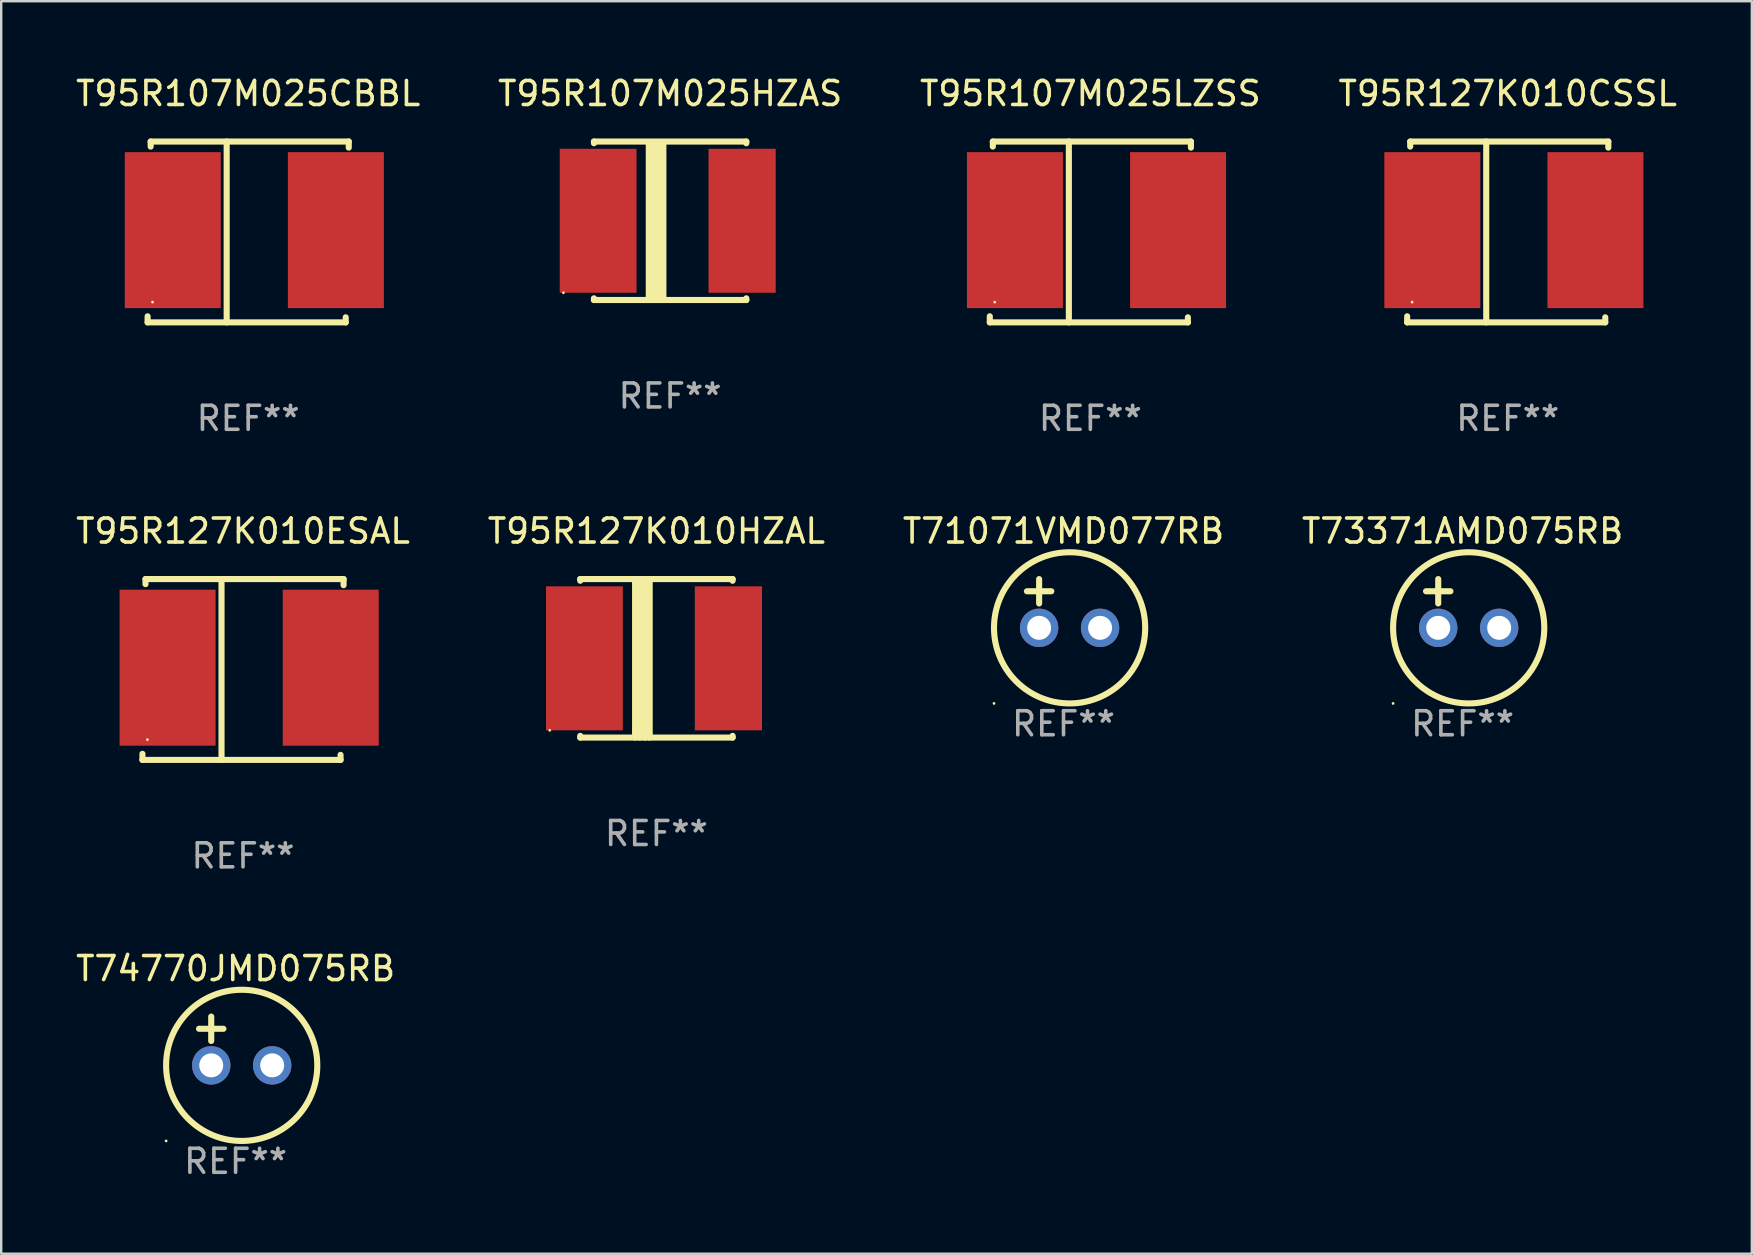
<source format=kicad_pcb>
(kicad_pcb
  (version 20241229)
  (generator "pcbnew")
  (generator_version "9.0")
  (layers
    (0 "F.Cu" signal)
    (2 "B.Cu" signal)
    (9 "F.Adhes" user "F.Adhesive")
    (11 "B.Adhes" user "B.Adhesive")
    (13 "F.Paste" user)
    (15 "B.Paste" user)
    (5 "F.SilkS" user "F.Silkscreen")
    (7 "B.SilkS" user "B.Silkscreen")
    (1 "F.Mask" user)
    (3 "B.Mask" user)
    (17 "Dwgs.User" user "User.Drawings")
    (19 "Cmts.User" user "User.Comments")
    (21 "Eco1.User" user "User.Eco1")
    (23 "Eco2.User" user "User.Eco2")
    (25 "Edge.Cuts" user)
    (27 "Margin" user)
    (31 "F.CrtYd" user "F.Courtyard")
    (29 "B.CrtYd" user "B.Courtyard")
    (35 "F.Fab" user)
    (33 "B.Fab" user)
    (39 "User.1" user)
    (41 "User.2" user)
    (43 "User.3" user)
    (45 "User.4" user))
  (footprint "T95R127K010CSSL"
    (layer "F.Cu")
    (at 59.78 6.616)
    (property "Reference" "T95R127K010CSSL" (at 0 -5.768 0) (layer "F.SilkS") (effects (font (size 1 1) (thickness 0.15))))
    (attr through_hole)
    (fp_line (start -4.191 3.768) (end -4.191 3.514) (stroke (width 0.254) (type solid)) (layer "F.SilkS"))
    (fp_line (start -4.064 -3.768) (end 4.191 -3.768) (stroke (width 0.254) (type solid)) (layer "F.SilkS"))
    (fp_line (start -4.064 -3.557) (end -4.064 -3.768) (stroke (width 0.254) (type solid)) (layer "F.SilkS"))
    (fp_line (start -0.896 -3.768) (end -0.896 3.768) (stroke (width 0.254) (type solid)) (layer "F.SilkS"))
    (fp_line (start 4.064 3.557) (end 4.064 3.768) (stroke (width 0.254) (type solid)) (layer "F.SilkS"))
    (fp_line (start 4.064 3.768) (end -4.191 3.768) (stroke (width 0.254) (type solid)) (layer "F.SilkS"))
    (fp_line (start 4.191 -3.768) (end 4.191 -3.514) (stroke (width 0.254) (type solid)) (layer "F.SilkS"))
    (fp_circle (center -3.985 2.924) (end -3.955 2.924) (stroke (width 0.06) (type solid)) (fill no) (layer "F.SilkS"))
    (fp_text user "REF**" (at 0 7.768 0) (layer "F.Fab") (effects (font (size 1 1) (thickness 0.15))))
    (pad "1" smd rect (at -3.143 -0.076 270) (size 6.5 4) (layers "F.Cu" "F.Mask" "F.Paste"))
    (pad "2" smd rect (at 3.655 -0.076 270) (size 6.5 4) (layers "F.Cu" "F.Mask" "F.Paste")))
  (footprint "T73371AMD075RB"
    (layer "F.Cu")
    (at 57.899 22.097)
    (property "Reference" "T73371AMD075RB" (at 0 -3.016 0) (layer "F.SilkS") (effects (font (size 1 1) (thickness 0.15))))
    (attr through_hole)
    (fp_line (start -1.524 -0.508) (end -0.508 -0.508) (stroke (width 0.254) (type solid)) (layer "F.SilkS"))
    (fp_line (start -1.016 -1.016) (end -1.016 0) (stroke (width 0.254) (type solid)) (layer "F.SilkS"))
    (fp_circle (center -2.896 4.166) (end -2.866 4.166) (stroke (width 0.06) (type solid)) (fill no) (layer "F.SilkS"))
    (fp_circle (center 0.254 1.016) (end 3.404 1.016) (stroke (width 0.254) (type solid)) (fill no) (layer "F.SilkS"))
    (fp_text user "REF**" (at 0 5.016 0) (layer "F.Fab") (effects (font (size 1 1) (thickness 0.15))))
    (pad "1" thru_hole circle (at -1.016 1.016) (size 1.6 1.6) (drill 1) (layers "*.Cu" "*.Mask"))
    (pad "2" thru_hole circle (at 1.524 1.016) (size 1.6 1.6) (drill 1) (layers "*.Cu" "*.Mask")))
  (footprint "T95R107M025HZAS"
    (layer "F.Cu")
    (at 24.875 6.15)
    (property "Reference" "T95R107M025HZAS" (at 0 -5.302 0) (layer "F.SilkS") (effects (font (size 1 1) (thickness 0.15))))
    (attr through_hole)
    (fp_line (start -3.175 -3.231) (end -3.175 -3.302) (stroke (width 0.254) (type solid)) (layer "F.SilkS"))
    (fp_line (start -3.175 3.302) (end -3.175 3.231) (stroke (width 0.254) (type solid)) (layer "F.SilkS"))
    (fp_line (start -3.175 3.302) (end 3.175 3.302) (stroke (width 0.254) (type solid)) (layer "F.SilkS"))
    (fp_line (start -0.889 -3.175) (end -0.889 3.302) (stroke (width 0.254) (type solid)) (layer "F.SilkS"))
    (fp_line (start -0.688 -3.175) (end -0.688 3.302) (stroke (width 0.254) (type solid)) (layer "F.SilkS"))
    (fp_line (start -0.478 -3.175) (end -0.478 3.302) (stroke (width 0.254) (type solid)) (layer "F.SilkS"))
    (fp_line (start -0.281 -3.175) (end -0.281 3.302) (stroke (width 0.254) (type solid)) (layer "F.SilkS"))
    (fp_line (start 3.175 -3.302) (end -3.175 -3.302) (stroke (width 0.254) (type solid)) (layer "F.SilkS"))
    (fp_line (start 3.175 -3.302) (end 3.175 -3.231) (stroke (width 0.254) (type solid)) (layer "F.SilkS"))
    (fp_line (start 3.175 3.231) (end 3.175 3.302) (stroke (width 0.254) (type solid)) (layer "F.SilkS"))
    (fp_circle (center -4.445 3) (end -4.415 3) (stroke (width 0.06) (type solid)) (fill no) (layer "F.SilkS"))
    (fp_text user "REF**" (at 0 7.302 0) (layer "F.Fab") (effects (font (size 1 1) (thickness 0.15))))
    (pad "1" smd rect (at -3 0) (size 3.2 6) (layers "F.Cu" "F.Mask" "F.Paste"))
    (pad "2" smd rect (at 3 0) (size 2.8 6) (layers "F.Cu" "F.Mask" "F.Paste")))
  (footprint "T71071VMD077RB"
    (layer "F.Cu")
    (at 41.268 22.097)
    (property "Reference" "T71071VMD077RB" (at 0 -3.016 0) (layer "F.SilkS") (effects (font (size 1 1) (thickness 0.15))))
    (attr through_hole)
    (fp_line (start -1.524 -0.508) (end -0.508 -0.508) (stroke (width 0.254) (type solid)) (layer "F.SilkS"))
    (fp_line (start -1.016 -1.016) (end -1.016 0) (stroke (width 0.254) (type solid)) (layer "F.SilkS"))
    (fp_circle (center -2.896 4.166) (end -2.866 4.166) (stroke (width 0.06) (type solid)) (fill no) (layer "F.SilkS"))
    (fp_circle (center 0.254 1.016) (end 3.404 1.016) (stroke (width 0.254) (type solid)) (fill no) (layer "F.SilkS"))
    (fp_text user "REF**" (at 0 5.016 0) (layer "F.Fab") (effects (font (size 1 1) (thickness 0.15))))
    (pad "1" thru_hole circle (at -1.016 1.016) (size 1.6 1.6) (drill 1) (layers "*.Cu" "*.Mask"))
    (pad "2" thru_hole circle (at 1.524 1.016) (size 1.6 1.6) (drill 1) (layers "*.Cu" "*.Mask")))
  (footprint "T95R127K010ESAL"
    (layer "F.Cu")
    (at 7.077 24.849)
    (property "Reference" "T95R127K010ESAL" (at 0 -5.768 0) (layer "F.SilkS") (effects (font (size 1 1) (thickness 0.15))))
    (attr through_hole)
    (fp_line (start -4.191 3.768) (end -4.191 3.514) (stroke (width 0.254) (type solid)) (layer "F.SilkS"))
    (fp_line (start -4.064 -3.768) (end 4.191 -3.768) (stroke (width 0.254) (type solid)) (layer "F.SilkS"))
    (fp_line (start -4.064 -3.557) (end -4.064 -3.768) (stroke (width 0.254) (type solid)) (layer "F.SilkS"))
    (fp_line (start -0.896 -3.768) (end -0.896 3.768) (stroke (width 0.254) (type solid)) (layer "F.SilkS"))
    (fp_line (start 4.064 3.557) (end 4.064 3.768) (stroke (width 0.254) (type solid)) (layer "F.SilkS"))
    (fp_line (start 4.064 3.768) (end -4.191 3.768) (stroke (width 0.254) (type solid)) (layer "F.SilkS"))
    (fp_line (start 4.191 -3.768) (end 4.191 -3.514) (stroke (width 0.254) (type solid)) (layer "F.SilkS"))
    (fp_circle (center -3.985 2.924) (end -3.955 2.924) (stroke (width 0.06) (type solid)) (fill no) (layer "F.SilkS"))
    (fp_text user "REF**" (at 0 7.768 0) (layer "F.Fab") (effects (font (size 1 1) (thickness 0.15))))
    (pad "1" smd rect (at -3.143 -0.076 270) (size 6.5 4) (layers "F.Cu" "F.Mask" "F.Paste"))
    (pad "2" smd rect (at 3.655 -0.076 270) (size 6.5 4) (layers "F.Cu" "F.Mask" "F.Paste")))
  (footprint "T95R107M025LZSS"
    (layer "F.Cu")
    (at 42.387 6.616)
    (property "Reference" "T95R107M025LZSS" (at 0 -5.768 0) (layer "F.SilkS") (effects (font (size 1 1) (thickness 0.15))))
    (attr through_hole)
    (fp_line (start -4.191 3.768) (end -4.191 3.514) (stroke (width 0.254) (type solid)) (layer "F.SilkS"))
    (fp_line (start -4.064 -3.768) (end 4.191 -3.768) (stroke (width 0.254) (type solid)) (layer "F.SilkS"))
    (fp_line (start -4.064 -3.557) (end -4.064 -3.768) (stroke (width 0.254) (type solid)) (layer "F.SilkS"))
    (fp_line (start -0.896 -3.768) (end -0.896 3.768) (stroke (width 0.254) (type solid)) (layer "F.SilkS"))
    (fp_line (start 4.064 3.557) (end 4.064 3.768) (stroke (width 0.254) (type solid)) (layer "F.SilkS"))
    (fp_line (start 4.064 3.768) (end -4.191 3.768) (stroke (width 0.254) (type solid)) (layer "F.SilkS"))
    (fp_line (start 4.191 -3.768) (end 4.191 -3.514) (stroke (width 0.254) (type solid)) (layer "F.SilkS"))
    (fp_circle (center -3.985 2.924) (end -3.955 2.924) (stroke (width 0.06) (type solid)) (fill no) (layer "F.SilkS"))
    (fp_text user "REF**" (at 0 7.768 0) (layer "F.Fab") (effects (font (size 1 1) (thickness 0.15))))
    (pad "1" smd rect (at -3.143 -0.076 270) (size 6.5 4) (layers "F.Cu" "F.Mask" "F.Paste"))
    (pad "2" smd rect (at 3.655 -0.076 270) (size 6.5 4) (layers "F.Cu" "F.Mask" "F.Paste")))
  (footprint "T95R127K010HZAL"
    (layer "F.Cu")
    (at 24.304 24.383)
    (property "Reference" "T95R127K010HZAL" (at 0 -5.302 0) (layer "F.SilkS") (effects (font (size 1 1) (thickness 0.15))))
    (attr through_hole)
    (fp_line (start -3.175 -3.231) (end -3.175 -3.302) (stroke (width 0.254) (type solid)) (layer "F.SilkS"))
    (fp_line (start -3.175 3.302) (end -3.175 3.231) (stroke (width 0.254) (type solid)) (layer "F.SilkS"))
    (fp_line (start -3.175 3.302) (end 3.175 3.302) (stroke (width 0.254) (type solid)) (layer "F.SilkS"))
    (fp_line (start -0.889 -3.175) (end -0.889 3.302) (stroke (width 0.254) (type solid)) (layer "F.SilkS"))
    (fp_line (start -0.688 -3.175) (end -0.688 3.302) (stroke (width 0.254) (type solid)) (layer "F.SilkS"))
    (fp_line (start -0.478 -3.175) (end -0.478 3.302) (stroke (width 0.254) (type solid)) (layer "F.SilkS"))
    (fp_line (start -0.281 -3.175) (end -0.281 3.302) (stroke (width 0.254) (type solid)) (layer "F.SilkS"))
    (fp_line (start 3.175 -3.302) (end -3.175 -3.302) (stroke (width 0.254) (type solid)) (layer "F.SilkS"))
    (fp_line (start 3.175 -3.302) (end 3.175 -3.231) (stroke (width 0.254) (type solid)) (layer "F.SilkS"))
    (fp_line (start 3.175 3.231) (end 3.175 3.302) (stroke (width 0.254) (type solid)) (layer "F.SilkS"))
    (fp_circle (center -4.445 3) (end -4.415 3) (stroke (width 0.06) (type solid)) (fill no) (layer "F.SilkS"))
    (fp_text user "REF**" (at 0 7.302 0) (layer "F.Fab") (effects (font (size 1 1) (thickness 0.15))))
    (pad "1" smd rect (at -3 0) (size 3.2 6) (layers "F.Cu" "F.Mask" "F.Paste"))
    (pad "2" smd rect (at 3 0) (size 2.8 6) (layers "F.Cu" "F.Mask" "F.Paste")))
  (footprint "T74770JMD075RB"
    (layer "F.Cu")
    (at 6.768 40.329)
    (property "Reference" "T74770JMD075RB" (at 0 -3.016 0) (layer "F.SilkS") (effects (font (size 1 1) (thickness 0.15))))
    (attr through_hole)
    (fp_line (start -1.524 -0.508) (end -0.508 -0.508) (stroke (width 0.254) (type solid)) (layer "F.SilkS"))
    (fp_line (start -1.016 -1.016) (end -1.016 0) (stroke (width 0.254) (type solid)) (layer "F.SilkS"))
    (fp_circle (center -2.896 4.166) (end -2.866 4.166) (stroke (width 0.06) (type solid)) (fill no) (layer "F.SilkS"))
    (fp_circle (center 0.254 1.016) (end 3.404 1.016) (stroke (width 0.254) (type solid)) (fill no) (layer "F.SilkS"))
    (fp_text user "REF**" (at 0 5.016 0) (layer "F.Fab") (effects (font (size 1 1) (thickness 0.15))))
    (pad "1" thru_hole circle (at -1.016 1.016) (size 1.6 1.6) (drill 1) (layers "*.Cu" "*.Mask"))
    (pad "2" thru_hole circle (at 1.524 1.016) (size 1.6 1.6) (drill 1) (layers "*.Cu" "*.Mask")))
  (footprint "T95R107M025CBBL"
    (layer "F.Cu")
    (at 7.292 6.616)
    (property "Reference" "T95R107M025CBBL" (at 0 -5.768 0) (layer "F.SilkS") (effects (font (size 1 1) (thickness 0.15))))
    (attr through_hole)
    (fp_line (start -4.191 3.768) (end -4.191 3.514) (stroke (width 0.254) (type solid)) (layer "F.SilkS"))
    (fp_line (start -4.064 -3.768) (end 4.191 -3.768) (stroke (width 0.254) (type solid)) (layer "F.SilkS"))
    (fp_line (start -4.064 -3.557) (end -4.064 -3.768) (stroke (width 0.254) (type solid)) (layer "F.SilkS"))
    (fp_line (start -0.896 -3.768) (end -0.896 3.768) (stroke (width 0.254) (type solid)) (layer "F.SilkS"))
    (fp_line (start 4.064 3.557) (end 4.064 3.768) (stroke (width 0.254) (type solid)) (layer "F.SilkS"))
    (fp_line (start 4.064 3.768) (end -4.191 3.768) (stroke (width 0.254) (type solid)) (layer "F.SilkS"))
    (fp_line (start 4.191 -3.768) (end 4.191 -3.514) (stroke (width 0.254) (type solid)) (layer "F.SilkS"))
    (fp_circle (center -3.985 2.924) (end -3.955 2.924) (stroke (width 0.06) (type solid)) (fill no) (layer "F.SilkS"))
    (fp_text user "REF**" (at 0 7.768 0) (layer "F.Fab") (effects (font (size 1 1) (thickness 0.15))))
    (pad "1" smd rect (at -3.143 -0.076 270) (size 6.5 4) (layers "F.Cu" "F.Mask" "F.Paste"))
    (pad "2" smd rect (at 3.655 -0.076 270) (size 6.5 4) (layers "F.Cu" "F.Mask" "F.Paste")))
  (gr_rect
    (start -3 -3)
    (end 69.952 49.194)
    (stroke (width 0.1) (type default))
    (fill no)
    (layer "Edge.Cuts")))
</source>
